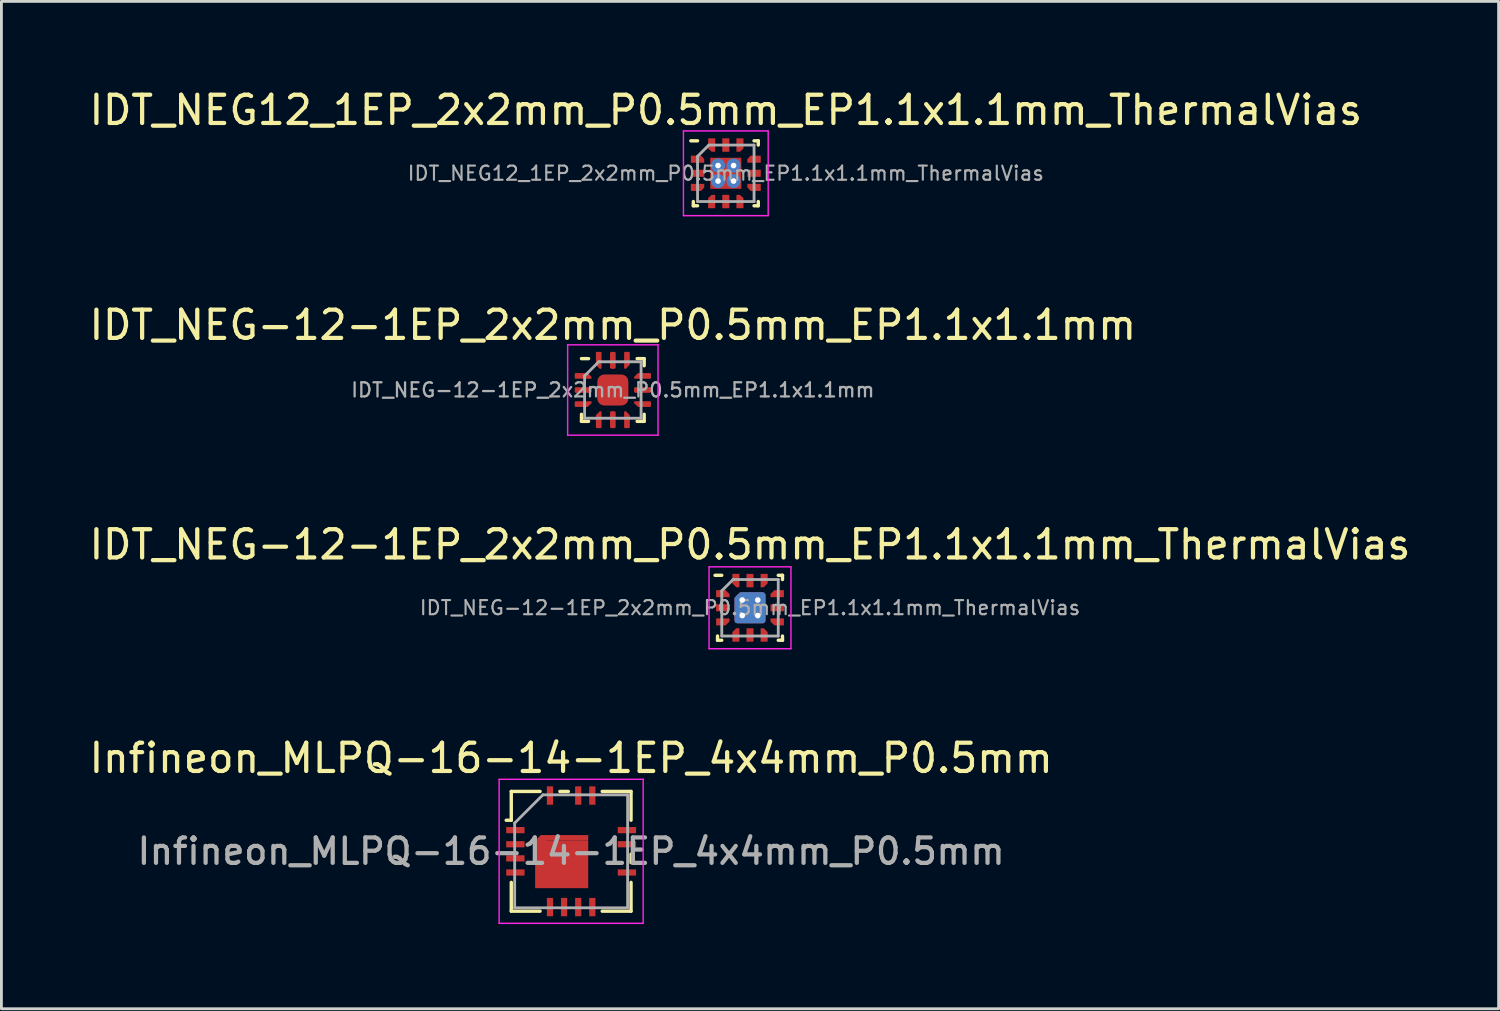
<source format=kicad_pcb>
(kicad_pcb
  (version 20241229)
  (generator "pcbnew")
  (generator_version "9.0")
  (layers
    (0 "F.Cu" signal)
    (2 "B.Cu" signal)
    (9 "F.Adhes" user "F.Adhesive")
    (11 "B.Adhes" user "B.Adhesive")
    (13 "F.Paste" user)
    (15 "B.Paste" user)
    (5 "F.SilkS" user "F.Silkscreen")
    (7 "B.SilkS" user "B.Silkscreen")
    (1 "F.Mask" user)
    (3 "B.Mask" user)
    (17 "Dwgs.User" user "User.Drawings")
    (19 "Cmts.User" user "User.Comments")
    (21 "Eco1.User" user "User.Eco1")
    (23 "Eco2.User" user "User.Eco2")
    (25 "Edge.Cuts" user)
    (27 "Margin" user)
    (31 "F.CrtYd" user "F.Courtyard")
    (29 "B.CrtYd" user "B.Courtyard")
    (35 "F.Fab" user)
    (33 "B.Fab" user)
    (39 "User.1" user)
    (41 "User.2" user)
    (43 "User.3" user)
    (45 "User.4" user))
  (footprint "IDT_NEG12_1EP_2x2mm_P0.5mm_EP1.1x1.1mm_ThermalVias"
    (layer "F.Cu")
    (at 22.649 3.086)
    (property "Reference" "IDT_NEG12_1EP_2x2mm_P0.5mm_EP1.1x1.1mm_ThermalVias" (at 0 -2.237 0) (layer "F.SilkS") (effects (font (size 1 1) (thickness 0.15))))
    (attr smd)
    (fp_line (start -1.15 1.15) (end -1.15 1) (stroke (width 0.12) (type solid)) (layer "F.SilkS"))
    (fp_line (start -1 -1.15) (end -1.238 -1.15) (stroke (width 0.12) (type solid)) (layer "F.SilkS"))
    (fp_line (start -1 1.15) (end -1.15 1.15) (stroke (width 0.12) (type solid)) (layer "F.SilkS"))
    (fp_line (start 1 -1.15) (end 1.15 -1.15) (stroke (width 0.12) (type solid)) (layer "F.SilkS"))
    (fp_line (start 1 1.15) (end 1.15 1.15) (stroke (width 0.12) (type solid)) (layer "F.SilkS"))
    (fp_line (start 1.15 -1.15) (end 1.15 -1) (stroke (width 0.12) (type solid)) (layer "F.SilkS"))
    (fp_line (start 1.15 1.15) (end 1.15 1) (stroke (width 0.12) (type solid)) (layer "F.SilkS"))
    (fp_line (start -1.5 -1.5) (end 1.5 -1.5) (stroke (width 0.05) (type solid)) (layer "F.CrtYd"))
    (fp_line (start -1.5 1.5) (end -1.5 -1.5) (stroke (width 0.05) (type solid)) (layer "F.CrtYd"))
    (fp_line (start 1.5 -1.5) (end 1.5 1.5) (stroke (width 0.05) (type solid)) (layer "F.CrtYd"))
    (fp_line (start 1.5 1.5) (end -1.5 1.5) (stroke (width 0.05) (type solid)) (layer "F.CrtYd"))
    (fp_line (start -1 -0.6) (end -1 1) (stroke (width 0.1) (type solid)) (layer "F.Fab"))
    (fp_line (start -1 1) (end 1 1) (stroke (width 0.1) (type solid)) (layer "F.Fab"))
    (fp_line (start -0.6 -1) (end -1 -0.6) (stroke (width 0.1) (type solid)) (layer "F.Fab"))
    (fp_line (start 1 -1) (end -0.6 -1) (stroke (width 0.1) (type solid)) (layer "F.Fab"))
    (fp_line (start 1 1) (end 1 -1) (stroke (width 0.1) (type solid)) (layer "F.Fab"))
    (fp_text user "${REFERENCE}" (at 0 0 0) (layer "F.Fab") (effects (font (size 0.5 0.5) (thickness 0.075))))
    (pad "1" smd custom (at -1 -0.5 90) (size 0.25 0.25) (layers "F.Cu" "F.Mask" "F.Paste") (options (anchor circle)) (primitives (gr_poly (pts (xy -0.125 0.237) (xy -0.125 -0.237) (xy 0.125 -0.237) (xy 0.125 0.125) (xy 0 0.237)) (width 0) (fill yes))))
    (pad "2" smd rect (at -1 0 90) (size 0.25 0.475) (layers "F.Cu" "F.Mask" "F.Paste"))
    (pad "3" smd custom (at -1 0.5 270) (size 0.25 0.25) (layers "F.Cu" "F.Mask" "F.Paste") (options (anchor circle)) (primitives (gr_poly (pts (xy -0.125 -0.237) (xy -0.125 0.237) (xy 0.125 0.237) (xy 0.125 -0.125) (xy 0 -0.237)) (width 0) (fill yes))))
    (pad "4" smd custom (at -0.5 1 180) (size 0.25 0.25) (layers "F.Cu" "F.Mask" "F.Paste") (options (anchor circle)) (primitives (gr_poly (pts (xy -0.125 0.237) (xy -0.125 -0.237) (xy 0.125 -0.237) (xy 0.125 0.125) (xy 0 0.237)) (width 0) (fill yes))))
    (pad "5" smd rect (at 0 1) (size 0.25 0.475) (layers "F.Cu" "F.Mask" "F.Paste"))
    (pad "6" smd custom (at 0.5 1) (size 0.25 0.25) (layers "F.Cu" "F.Mask" "F.Paste") (options (anchor circle)) (primitives (gr_poly (pts (xy -0.125 -0.237) (xy -0.125 0.237) (xy 0.125 0.237) (xy 0.125 -0.125) (xy 0 -0.237)) (width 0) (fill yes))))
    (pad "7" smd custom (at 1 0.5 270) (size 0.25 0.25) (layers "F.Cu" "F.Mask" "F.Paste") (options (anchor circle)) (primitives (gr_poly (pts (xy -0.125 0.237) (xy -0.125 -0.237) (xy 0.125 -0.237) (xy 0.125 0.125) (xy 0 0.237)) (width 0) (fill yes))))
    (pad "8" smd rect (at 1 0 90) (size 0.25 0.475) (layers "F.Cu" "F.Mask" "F.Paste"))
    (pad "9" smd custom (at 1 -0.5 90) (size 0.25 0.25) (layers "F.Cu" "F.Mask" "F.Paste") (options (anchor circle)) (primitives (gr_poly (pts (xy -0.125 -0.237) (xy -0.125 0.237) (xy 0.125 0.237) (xy 0.125 -0.125) (xy 0 -0.237)) (width 0) (fill yes))))
    (pad "10" smd custom (at 0.5 -1) (size 0.25 0.25) (layers "F.Cu" "F.Mask" "F.Paste") (options (anchor circle)) (primitives (gr_poly (pts (xy -0.125 0.237) (xy -0.125 -0.237) (xy 0.125 -0.237) (xy 0.125 0.125) (xy 0 0.237)) (width 0) (fill yes))))
    (pad "11" smd rect (at 0 -1) (size 0.25 0.475) (layers "F.Cu" "F.Mask" "F.Paste"))
    (pad "12" smd custom (at -0.5 -1 180) (size 0.25 0.25) (layers "F.Cu" "F.Mask" "F.Paste") (options (anchor circle)) (primitives (gr_poly (pts (xy -0.125 -0.237) (xy -0.125 0.237) (xy 0.125 0.237) (xy 0.125 -0.125) (xy 0 -0.237)) (width 0) (fill yes))))
    (pad "13" thru_hole circle (at -0.275 -0.275) (size 0.5 0.5) (drill 0.2) (layers "*.Cu" "*.Mask"))
    (pad "13" thru_hole circle (at -0.275 0.275) (size 0.5 0.5) (drill 0.2) (layers "*.Cu" "*.Mask"))
    (pad "13" smd rect (at 0 0) (size 1.1 1.1) (layers "F.Cu" "F.Mask" "F.Paste"))
    (pad "13" thru_hole circle (at 0.275 -0.275) (size 0.5 0.5) (drill 0.2) (layers "*.Cu" "*.Mask"))
    (pad "13" thru_hole circle (at 0.275 0.275) (size 0.5 0.5) (drill 0.2) (layers "*.Cu" "*.Mask")))
  (footprint "IDT_NEG-12-1EP_2x2mm_P0.5mm_EP1.1x1.1mm_ThermalVias"
    (layer "F.Cu")
    (at 23.506 18.47)
    (property "Reference" "IDT_NEG-12-1EP_2x2mm_P0.5mm_EP1.1x1.1mm_ThermalVias" (at 0 -2.237 0) (layer "F.SilkS") (effects (font (size 1 1) (thickness 0.15))))
    (attr smd)
    (fp_line (start -1.15 1.15) (end -1.15 1) (stroke (width 0.12) (type solid)) (layer "F.SilkS"))
    (fp_line (start -1 -1.15) (end -1.238 -1.15) (stroke (width 0.12) (type solid)) (layer "F.SilkS"))
    (fp_line (start -1 1.15) (end -1.15 1.15) (stroke (width 0.12) (type solid)) (layer "F.SilkS"))
    (fp_line (start 1 -1.15) (end 1.15 -1.15) (stroke (width 0.12) (type solid)) (layer "F.SilkS"))
    (fp_line (start 1 1.15) (end 1.15 1.15) (stroke (width 0.12) (type solid)) (layer "F.SilkS"))
    (fp_line (start 1.15 -1.15) (end 1.15 -1) (stroke (width 0.12) (type solid)) (layer "F.SilkS"))
    (fp_line (start 1.15 1.15) (end 1.15 1) (stroke (width 0.12) (type solid)) (layer "F.SilkS"))
    (fp_line (start -1.45 -1.45) (end 1.45 -1.45) (stroke (width 0.05) (type solid)) (layer "F.CrtYd"))
    (fp_line (start -1.45 1.45) (end -1.45 -1.45) (stroke (width 0.05) (type solid)) (layer "F.CrtYd"))
    (fp_line (start 1.45 -1.45) (end 1.45 1.45) (stroke (width 0.05) (type solid)) (layer "F.CrtYd"))
    (fp_line (start 1.45 1.45) (end -1.45 1.45) (stroke (width 0.05) (type solid)) (layer "F.CrtYd"))
    (fp_line (start -1 -0.6) (end -1 1) (stroke (width 0.1) (type solid)) (layer "F.Fab"))
    (fp_line (start -1 1) (end 1 1) (stroke (width 0.1) (type solid)) (layer "F.Fab"))
    (fp_line (start -0.6 -1) (end -1 -0.6) (stroke (width 0.1) (type solid)) (layer "F.Fab"))
    (fp_line (start 1 -1) (end -0.6 -1) (stroke (width 0.1) (type solid)) (layer "F.Fab"))
    (fp_line (start 1 1) (end 1 -1) (stroke (width 0.1) (type solid)) (layer "F.Fab"))
    (fp_text user "${REFERENCE}" (at 0 0 0) (layer "F.Fab") (effects (font (size 0.5 0.5) (thickness 0.075))))
    (pad "1" smd custom (at -0.963 -0.5 90) (size 0.25 0.25) (layers "F.Cu" "F.Mask" "F.Paste") (options (anchor circle)) (primitives (gr_poly (pts (xy -0.125 0.237) (xy -0.125 -0.237) (xy 0.125 -0.237) (xy 0.125 0.1) (xy -0.013 0.237)) (width 0) (fill yes))))
    (pad "2" smd rect (at -0.963 0 90) (size 0.25 0.475) (layers "F.Cu" "F.Mask" "F.Paste"))
    (pad "3" smd custom (at -0.963 0.5 270) (size 0.25 0.25) (layers "F.Cu" "F.Mask" "F.Paste") (options (anchor circle)) (primitives (gr_poly (pts (xy -0.125 -0.237) (xy -0.125 0.237) (xy 0.125 0.237) (xy 0.125 -0.1) (xy -0.013 -0.237)) (width 0) (fill yes))))
    (pad "4" smd custom (at -0.5 0.963 180) (size 0.25 0.25) (layers "F.Cu" "F.Mask" "F.Paste") (options (anchor circle)) (primitives (gr_poly (pts (xy -0.125 0.237) (xy -0.125 -0.237) (xy 0.125 -0.237) (xy 0.125 0.1) (xy -0.013 0.237)) (width 0) (fill yes))))
    (pad "5" smd rect (at 0 0.963) (size 0.25 0.475) (layers "F.Cu" "F.Mask" "F.Paste"))
    (pad "6" smd custom (at 0.5 0.963) (size 0.25 0.25) (layers "F.Cu" "F.Mask" "F.Paste") (options (anchor circle)) (primitives (gr_poly (pts (xy -0.125 -0.237) (xy -0.125 0.237) (xy 0.125 0.237) (xy 0.125 -0.1) (xy -0.013 -0.237)) (width 0) (fill yes))))
    (pad "7" smd custom (at 0.963 0.5 270) (size 0.25 0.25) (layers "F.Cu" "F.Mask" "F.Paste") (options (anchor circle)) (primitives (gr_poly (pts (xy -0.125 0.237) (xy -0.125 -0.237) (xy 0.125 -0.237) (xy 0.125 0.1) (xy -0.013 0.237)) (width 0) (fill yes))))
    (pad "8" smd rect (at 0.963 0 90) (size 0.25 0.475) (layers "F.Cu" "F.Mask" "F.Paste"))
    (pad "9" smd custom (at 0.963 -0.5 90) (size 0.25 0.25) (layers "F.Cu" "F.Mask" "F.Paste") (options (anchor circle)) (primitives (gr_poly (pts (xy -0.125 -0.237) (xy -0.125 0.237) (xy 0.125 0.237) (xy 0.125 -0.1) (xy -0.013 -0.237)) (width 0) (fill yes))))
    (pad "10" smd custom (at 0.5 -0.963) (size 0.25 0.25) (layers "F.Cu" "F.Mask" "F.Paste") (options (anchor circle)) (primitives (gr_poly (pts (xy -0.125 0.237) (xy -0.125 -0.237) (xy 0.125 -0.237) (xy 0.125 0.1) (xy -0.013 0.237)) (width 0) (fill yes))))
    (pad "11" smd rect (at 0 -0.963) (size 0.25 0.475) (layers "F.Cu" "F.Mask" "F.Paste"))
    (pad "12" smd custom (at -0.5 -0.963 180) (size 0.25 0.25) (layers "F.Cu" "F.Mask" "F.Paste") (options (anchor circle)) (primitives (gr_poly (pts (xy -0.125 -0.237) (xy -0.125 0.237) (xy 0.125 0.237) (xy 0.125 -0.1) (xy -0.013 -0.237)) (width 0) (fill yes))))
    (pad "13" thru_hole circle (at -0.275 -0.275) (size 0.5 0.5) (drill 0.2) (layers "*.Cu"))
    (pad "13" thru_hole circle (at -0.275 0.275) (size 0.5 0.5) (drill 0.2) (layers "*.Cu"))
    (pad "13" smd custom (at 0 0) (size 0.55 0.55) (layers "F.Cu" "F.Mask") (options (anchor rect)) (primitives (gr_poly (pts (xy 0.35 -0.55) (xy 0.35 0.35) (xy -0.55 0.35) (xy -0.55 -0.35) (xy -0.35 -0.55)) (width 0) (fill yes)) (gr_poly (pts (xy 0.448 -0.448) (xy 0.448 0.448) (xy -0.448 0.448) (xy -0.448 -0.287) (xy -0.305 -0.448)) (width 0.205) (fill yes))))
    (pad "13" smd custom (at 0 0) (size 0.55 0.55) (layers "B.Cu") (options (anchor rect)) (primitives (gr_poly (pts (xy 0.35 -0.55) (xy 0.35 0.35) (xy -0.55 0.35) (xy -0.55 -0.35) (xy -0.35 -0.55)) (width 0) (fill yes)) (gr_poly (pts (xy 0.448 -0.448) (xy 0.448 0.448) (xy -0.448 0.448) (xy -0.448 -0.287) (xy -0.305 -0.448)) (width 0.205) (fill yes))))
    (pad "13" thru_hole circle (at 0.275 -0.275) (size 0.5 0.5) (drill 0.2) (layers "*.Cu"))
    (pad "13" thru_hole circle (at 0.275 0.275) (size 0.5 0.5) (drill 0.2) (layers "*.Cu")))
  (footprint "Infineon_MLPQ-16-14-1EP_4x4mm_P0.5mm"
    (layer "F.Cu")
    (at 17.173 27.093)
    (property "Reference" "Infineon_MLPQ-16-14-1EP_4x4mm_P0.5mm" (at 0 -3.3 0) (layer "F.SilkS") (effects (font (size 1 1) (thickness 0.15))))
    (attr smd)
    (fp_line (start -2.3 -1.1) (end -2.12 -1.1) (stroke (width 0.12) (type solid)) (layer "F.SilkS"))
    (fp_line (start -2.12 -2.12) (end -2.12 -1.1) (stroke (width 0.12) (type solid)) (layer "F.SilkS"))
    (fp_line (start -2.12 1.1) (end -2.12 2.12) (stroke (width 0.12) (type solid)) (layer "F.SilkS"))
    (fp_line (start -1.1 -2.12) (end -2.12 -2.12) (stroke (width 0.12) (type solid)) (layer "F.SilkS"))
    (fp_line (start -1.1 2.12) (end -2.12 2.12) (stroke (width 0.12) (type solid)) (layer "F.SilkS"))
    (fp_line (start -0.1 -2.12) (end -0.4 -2.12) (stroke (width 0.12) (type solid)) (layer "F.SilkS"))
    (fp_line (start 2.12 -2.12) (end 1.1 -2.12) (stroke (width 0.12) (type solid)) (layer "F.SilkS"))
    (fp_line (start 2.12 -2.12) (end 2.12 -1.1) (stroke (width 0.12) (type solid)) (layer "F.SilkS"))
    (fp_line (start 2.12 0.1) (end 2.12 0.4) (stroke (width 0.12) (type solid)) (layer "F.SilkS"))
    (fp_line (start 2.12 1.1) (end 2.12 2.12) (stroke (width 0.12) (type solid)) (layer "F.SilkS"))
    (fp_line (start 2.12 2.12) (end 1.1 2.12) (stroke (width 0.12) (type solid)) (layer "F.SilkS"))
    (fp_line (start -2.55 -2.55) (end 2.55 -2.55) (stroke (width 0.05) (type solid)) (layer "F.CrtYd"))
    (fp_line (start -2.55 2.55) (end -2.55 -2.55) (stroke (width 0.05) (type solid)) (layer "F.CrtYd"))
    (fp_line (start 2.55 -2.55) (end 2.55 2.55) (stroke (width 0.05) (type solid)) (layer "F.CrtYd"))
    (fp_line (start 2.55 2.55) (end -2.55 2.55) (stroke (width 0.05) (type solid)) (layer "F.CrtYd"))
    (fp_line (start -2 2) (end -2 -1) (stroke (width 0.1) (type solid)) (layer "F.Fab"))
    (fp_line (start -1 -2) (end -2 -1) (stroke (width 0.1) (type solid)) (layer "F.Fab"))
    (fp_line (start -1 -2) (end 2 -2) (stroke (width 0.1) (type solid)) (layer "F.Fab"))
    (fp_line (start 2 -2) (end 2 2) (stroke (width 0.1) (type solid)) (layer "F.Fab"))
    (fp_line (start 2 2) (end -2 2) (stroke (width 0.1) (type solid)) (layer "F.Fab"))
    (fp_text user "${REFERENCE}" (at 0 0 0) (layer "F.Fab") (effects (font (size 0.9 0.9) (thickness 0.15))))
    (pad "" smd rect (at -0.335 -0.105) (size 1.5 0.8) (layers "F.Paste"))
    (pad "" smd rect (at -0.335 0.835) (size 1.5 0.8) (layers "F.Paste"))
    (pad "1" smd rect (at -1.975 -0.75) (size 0.65 0.22) (layers "F.Cu" "F.Mask" "F.Paste"))
    (pad "2" smd rect (at -1.975 -0.25) (size 0.65 0.22) (layers "F.Cu" "F.Mask" "F.Paste"))
    (pad "3" smd rect (at -1.975 0.25) (size 0.65 0.22) (layers "F.Cu" "F.Mask" "F.Paste"))
    (pad "4" smd rect (at -1.975 0.75) (size 0.65 0.22) (layers "F.Cu" "F.Mask" "F.Paste"))
    (pad "5" smd rect (at -0.75 1.975) (size 0.22 0.65) (layers "F.Cu" "F.Mask" "F.Paste"))
    (pad "6" smd rect (at -0.25 1.975) (size 0.22 0.65) (layers "F.Cu" "F.Mask" "F.Paste"))
    (pad "7" smd rect (at 0.25 1.975) (size 0.22 0.65) (layers "F.Cu" "F.Mask" "F.Paste"))
    (pad "8" smd rect (at 0.75 1.975) (size 0.22 0.65) (layers "F.Cu" "F.Mask" "F.Paste"))
    (pad "9" smd rect (at 1.975 0.75) (size 0.65 0.22) (layers "F.Cu" "F.Mask" "F.Paste"))
    (pad "11" smd rect (at 1.975 -0.25) (size 0.65 0.22) (layers "F.Cu" "F.Mask" "F.Paste"))
    (pad "12" smd rect (at 1.975 -0.75) (size 0.65 0.22) (layers "F.Cu" "F.Mask" "F.Paste"))
    (pad "13" smd rect (at 0.75 -1.975) (size 0.22 0.65) (layers "F.Cu" "F.Mask" "F.Paste"))
    (pad "14" smd rect (at 0.25 -1.975) (size 0.22 0.65) (layers "F.Cu" "F.Mask" "F.Paste"))
    (pad "16" smd rect (at -0.75 -1.975) (size 0.22 0.65) (layers "F.Cu" "F.Mask" "F.Paste"))
    (pad "17" smd rect (at -1.075 -0.375 45) (size 0.283 0.283) (layers "F.Cu" "F.Mask"))
    (pad "17" smd rect (at -0.335 0.465) (size 1.88 1.68) (layers "F.Cu" "F.Mask"))
    (pad "17" smd rect (at -0.235 -0.475) (size 1.68 0.2) (layers "F.Cu" "F.Mask")))
  (footprint "IDT_NEG-12-1EP_2x2mm_P0.5mm_EP1.1x1.1mm"
    (layer "F.Cu")
    (at 18.649 10.759)
    (property "Reference" "IDT_NEG-12-1EP_2x2mm_P0.5mm_EP1.1x1.1mm" (at 0 -2.3 0) (layer "F.SilkS") (effects (font (size 1 1) (thickness 0.15))))
    (attr smd)
    (fp_line (start -1.11 1.11) (end -1.11 0.86) (stroke (width 0.12) (type solid)) (layer "F.SilkS"))
    (fp_line (start -0.86 -1.11) (end -1.11 -1.11) (stroke (width 0.12) (type solid)) (layer "F.SilkS"))
    (fp_line (start -0.86 1.11) (end -1.11 1.11) (stroke (width 0.12) (type solid)) (layer "F.SilkS"))
    (fp_line (start 0.86 -1.11) (end 1.11 -1.11) (stroke (width 0.12) (type solid)) (layer "F.SilkS"))
    (fp_line (start 0.86 1.11) (end 1.11 1.11) (stroke (width 0.12) (type solid)) (layer "F.SilkS"))
    (fp_line (start 1.11 -1.11) (end 1.11 -0.86) (stroke (width 0.12) (type solid)) (layer "F.SilkS"))
    (fp_line (start 1.11 1.11) (end 1.11 0.86) (stroke (width 0.12) (type solid)) (layer "F.SilkS"))
    (fp_line (start -1.6 -1.6) (end -1.6 1.6) (stroke (width 0.05) (type solid)) (layer "F.CrtYd"))
    (fp_line (start -1.6 1.6) (end 1.6 1.6) (stroke (width 0.05) (type solid)) (layer "F.CrtYd"))
    (fp_line (start 1.6 -1.6) (end -1.6 -1.6) (stroke (width 0.05) (type solid)) (layer "F.CrtYd"))
    (fp_line (start 1.6 1.6) (end 1.6 -1.6) (stroke (width 0.05) (type solid)) (layer "F.CrtYd"))
    (fp_line (start -1 -0.5) (end -0.5 -1) (stroke (width 0.1) (type solid)) (layer "F.Fab"))
    (fp_line (start -1 1) (end -1 -0.5) (stroke (width 0.1) (type solid)) (layer "F.Fab"))
    (fp_line (start -0.5 -1) (end 1 -1) (stroke (width 0.1) (type solid)) (layer "F.Fab"))
    (fp_line (start 1 -1) (end 1 1) (stroke (width 0.1) (type solid)) (layer "F.Fab"))
    (fp_line (start 1 1) (end -1 1) (stroke (width 0.1) (type solid)) (layer "F.Fab"))
    (fp_text user "${REFERENCE}" (at 0 0 0) (layer "F.Fab") (effects (font (size 0.5 0.5) (thickness 0.08))))
    (pad "" smd roundrect (at -0.275 -0.275) (size 0.44 0.44) (layers "F.Paste") (roundrect_rratio 0.25))
    (pad "" smd roundrect (at -0.275 0.275) (size 0.44 0.44) (layers "F.Paste") (roundrect_rratio 0.25))
    (pad "" smd roundrect (at 0.275 -0.275) (size 0.44 0.44) (layers "F.Paste") (roundrect_rratio 0.25))
    (pad "" smd roundrect (at 0.275 0.275) (size 0.44 0.44) (layers "F.Paste") (roundrect_rratio 0.25))
    (pad "1" smd custom (at -1.05 -0.5) (size 0.101 0.101) (layers "F.Cu" "F.Mask" "F.Paste") (options (anchor circle)) (primitives (gr_poly (pts (xy -0.27 -0.07) (xy 0.148 -0.07) (xy 0.27 0.052) (xy 0.27 0.07) (xy -0.27 0.07)) (width 0.06) (fill yes))))
    (pad "2" smd roundrect (at -1.05 0) (size 0.6 0.2) (layers "F.Cu" "F.Mask" "F.Paste") (roundrect_rratio 0.25))
    (pad "3" smd custom (at -1.05 0.5) (size 0.101 0.101) (layers "F.Cu" "F.Mask" "F.Paste") (options (anchor circle)) (primitives (gr_poly (pts (xy -0.27 -0.07) (xy 0.27 -0.07) (xy 0.27 -0.052) (xy 0.148 0.07) (xy -0.27 0.07)) (width 0.06) (fill yes))))
    (pad "4" smd custom (at -0.5 1.05) (size 0.101 0.101) (layers "F.Cu" "F.Mask" "F.Paste") (options (anchor circle)) (primitives (gr_poly (pts (xy -0.07 -0.148) (xy 0.052 -0.27) (xy 0.07 -0.27) (xy 0.07 0.27) (xy -0.07 0.27)) (width 0.06) (fill yes))))
    (pad "5" smd roundrect (at 0 1.05) (size 0.2 0.6) (layers "F.Cu" "F.Mask" "F.Paste") (roundrect_rratio 0.25))
    (pad "6" smd custom (at 0.5 1.05) (size 0.101 0.101) (layers "F.Cu" "F.Mask" "F.Paste") (options (anchor circle)) (primitives (gr_poly (pts (xy -0.07 -0.27) (xy -0.052 -0.27) (xy 0.07 -0.148) (xy 0.07 0.27) (xy -0.07 0.27)) (width 0.06) (fill yes))))
    (pad "7" smd custom (at 1.05 0.5) (size 0.101 0.101) (layers "F.Cu" "F.Mask" "F.Paste") (options (anchor circle)) (primitives (gr_poly (pts (xy -0.27 -0.07) (xy 0.27 -0.07) (xy 0.27 0.07) (xy -0.148 0.07) (xy -0.27 -0.052)) (width 0.06) (fill yes))))
    (pad "8" smd roundrect (at 1.05 0) (size 0.6 0.2) (layers "F.Cu" "F.Mask" "F.Paste") (roundrect_rratio 0.25))
    (pad "9" smd custom (at 1.05 -0.5) (size 0.101 0.101) (layers "F.Cu" "F.Mask" "F.Paste") (options (anchor circle)) (primitives (gr_poly (pts (xy -0.27 0.052) (xy -0.148 -0.07) (xy 0.27 -0.07) (xy 0.27 0.07) (xy -0.27 0.07)) (width 0.06) (fill yes))))
    (pad "10" smd custom (at 0.5 -1.05) (size 0.101 0.101) (layers "F.Cu" "F.Mask" "F.Paste") (options (anchor circle)) (primitives (gr_poly (pts (xy -0.07 -0.27) (xy 0.07 -0.27) (xy 0.07 0.148) (xy -0.052 0.27) (xy -0.07 0.27)) (width 0.06) (fill yes))))
    (pad "11" smd roundrect (at 0 -1.05) (size 0.2 0.6) (layers "F.Cu" "F.Mask" "F.Paste") (roundrect_rratio 0.25))
    (pad "12" smd custom (at -0.5 -1.05) (size 0.101 0.101) (layers "F.Cu" "F.Mask" "F.Paste") (options (anchor circle)) (primitives (gr_poly (pts (xy -0.07 -0.27) (xy 0.07 -0.27) (xy 0.07 0.27) (xy 0.052 0.27) (xy -0.07 0.148)) (width 0.06) (fill yes))))
    (pad "13" smd roundrect (at 0 0) (size 1.1 1.1) (layers "F.Cu" "F.Mask") (roundrect_rratio 0.227)))
  (gr_rect
    (start -3 -3)
    (end 50.012 32.668)
    (stroke (width 0.1) (type default))
    (fill no)
    (layer "Edge.Cuts")))
</source>
